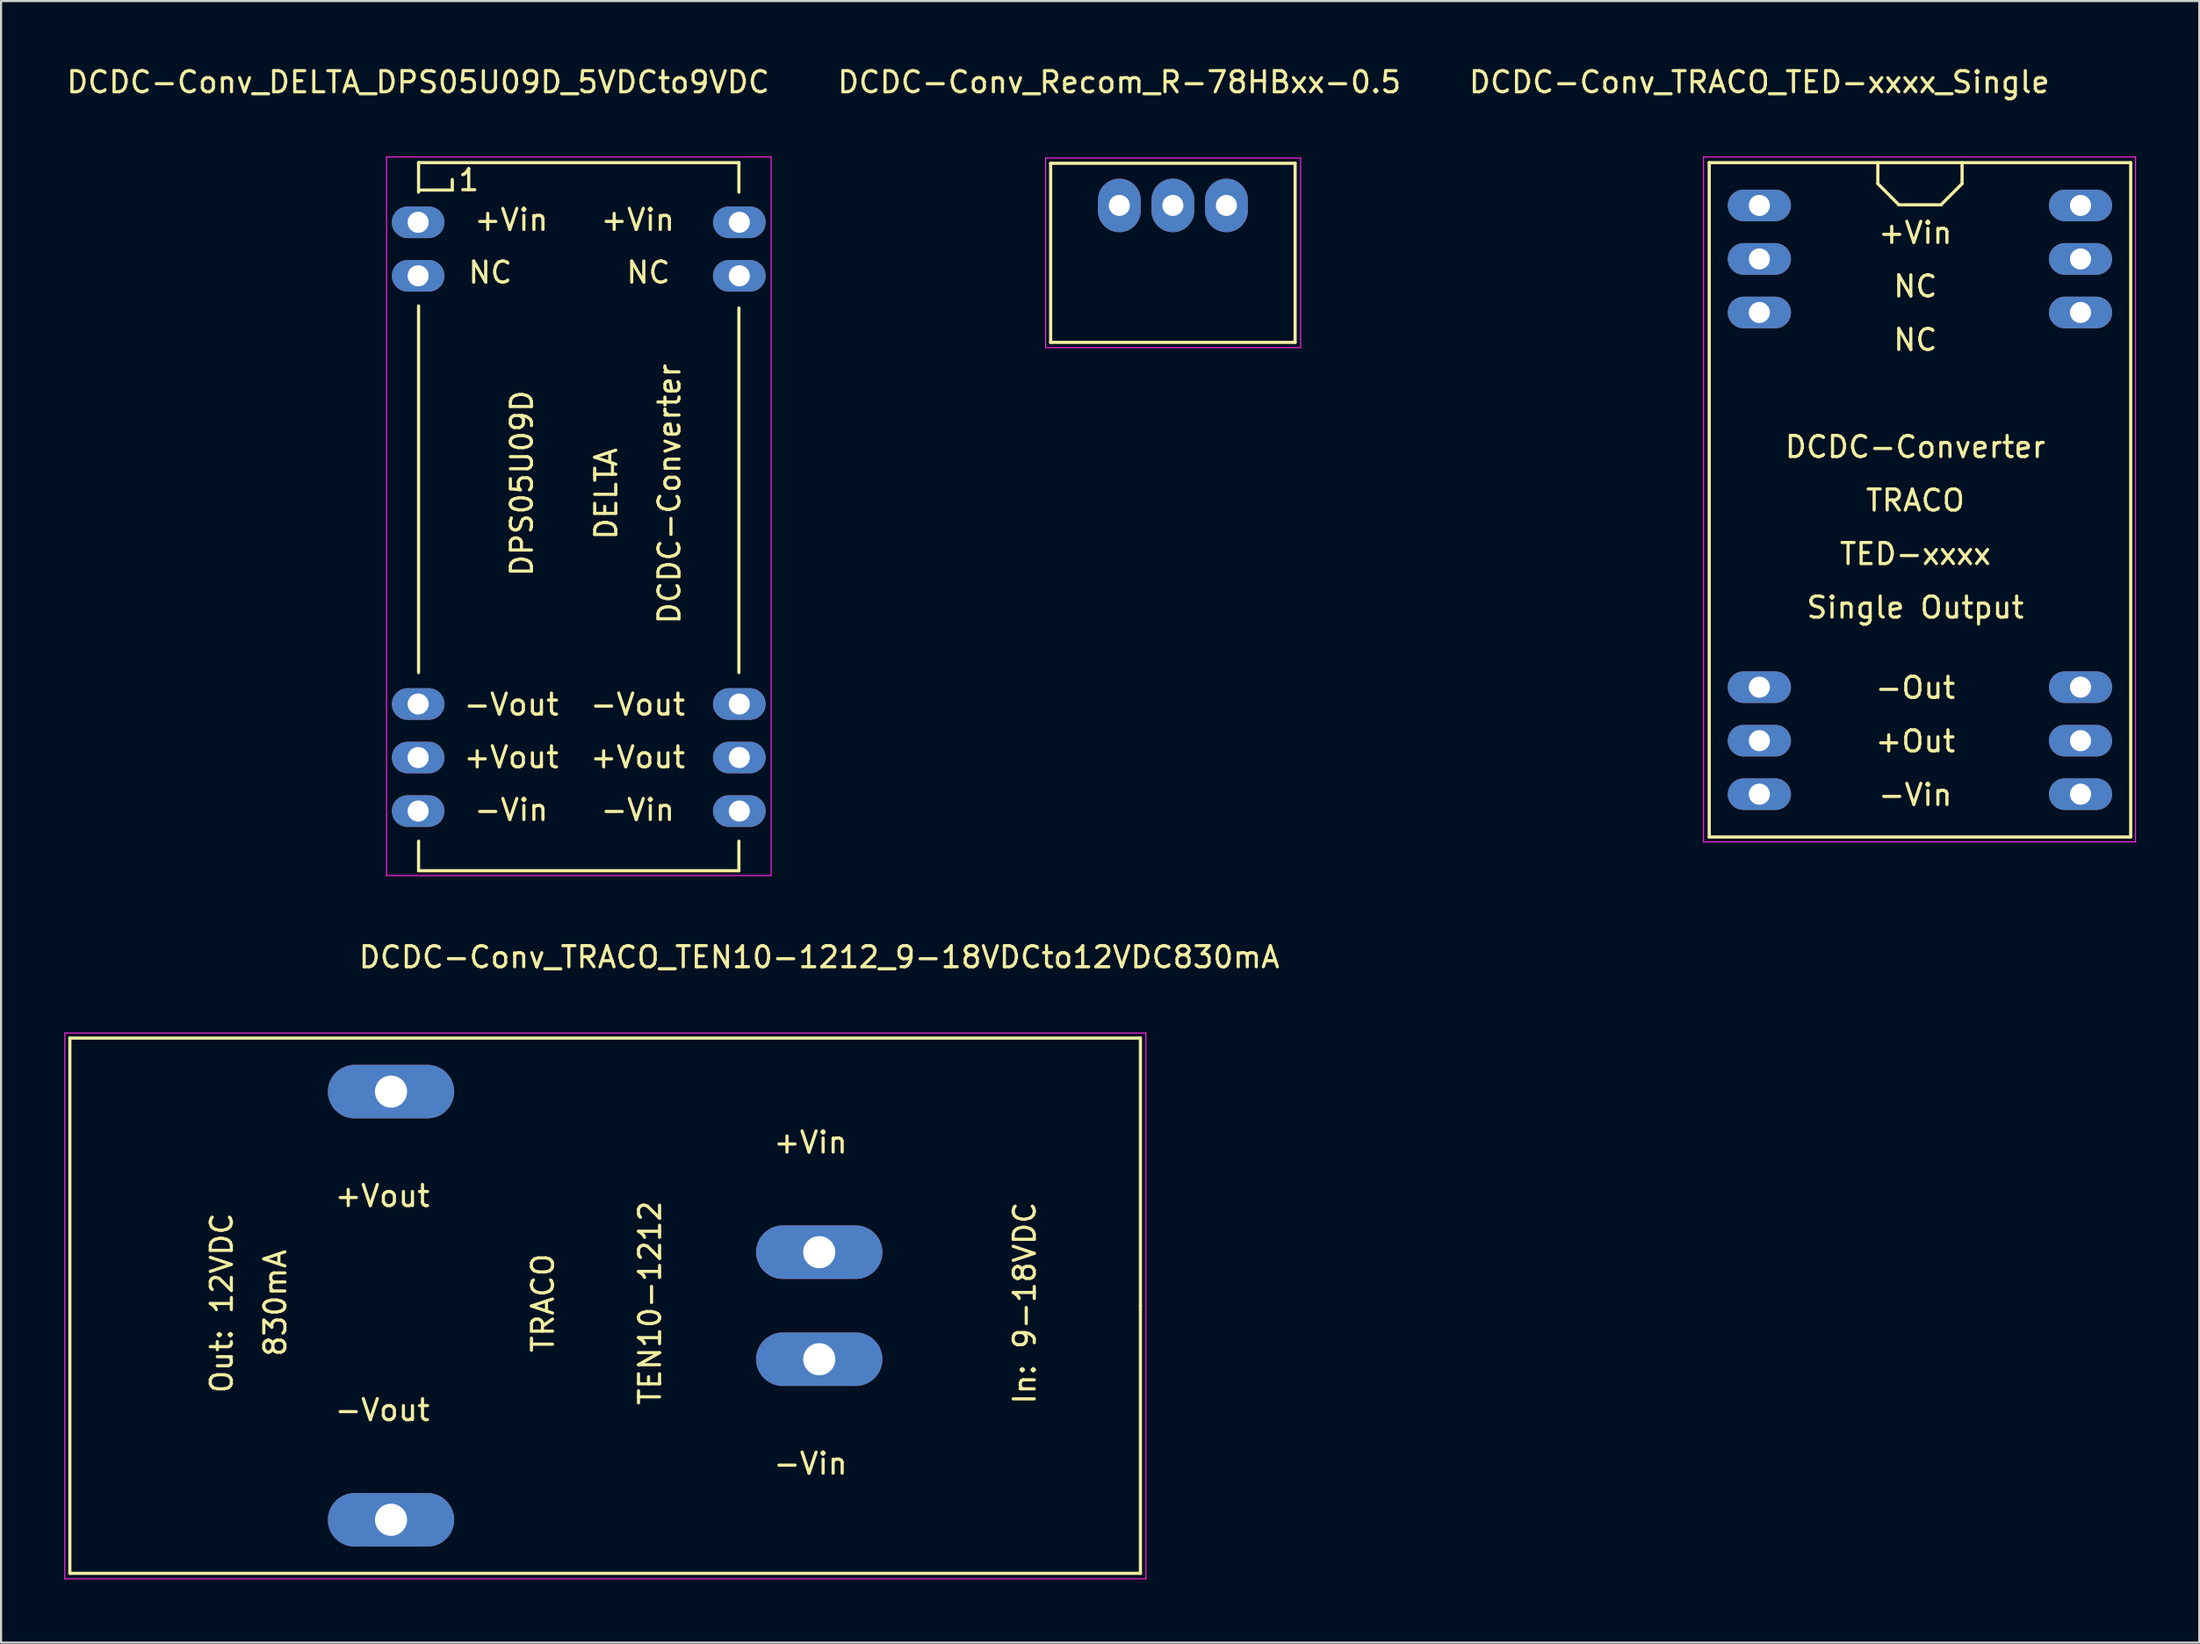
<source format=kicad_pcb>
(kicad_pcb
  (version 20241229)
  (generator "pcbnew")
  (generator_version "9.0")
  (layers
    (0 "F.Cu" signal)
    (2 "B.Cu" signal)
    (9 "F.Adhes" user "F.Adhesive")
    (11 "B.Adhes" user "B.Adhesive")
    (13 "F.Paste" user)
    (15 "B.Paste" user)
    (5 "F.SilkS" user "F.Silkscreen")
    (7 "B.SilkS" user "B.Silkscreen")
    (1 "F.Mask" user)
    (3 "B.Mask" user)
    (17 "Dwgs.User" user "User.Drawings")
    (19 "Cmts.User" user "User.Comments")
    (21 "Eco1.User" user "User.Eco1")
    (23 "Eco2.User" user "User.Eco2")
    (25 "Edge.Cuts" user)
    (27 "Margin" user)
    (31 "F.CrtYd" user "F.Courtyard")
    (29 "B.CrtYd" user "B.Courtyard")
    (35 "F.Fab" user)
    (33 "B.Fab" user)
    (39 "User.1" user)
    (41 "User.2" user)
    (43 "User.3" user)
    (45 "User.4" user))
  (footprint "DCDC-Conv_TRACO_TEN10-1212_9-18VDCto12VDC830mA"
    (layer "F.Cu")
    (at 35.825 56.371)
    (property "Reference" "DCDC-Conv_TRACO_TEN10-1212_9-18VDCto12VDC830mA" (at 0 -14 0) (layer "F.SilkS") (effects (font (size 1 1) (thickness 0.15))))
    (attr through_hole)
    (fp_line (start -35.56 -10.16) (end -35.56 15.24) (stroke (width 0.15) (type solid)) (layer "F.SilkS"))
    (fp_line (start -35.56 15.24) (end 15.24 15.24) (stroke (width 0.15) (type solid)) (layer "F.SilkS"))
    (fp_line (start 15.24 -10.16) (end -35.56 -10.16) (stroke (width 0.15) (type solid)) (layer "F.SilkS"))
    (fp_line (start 15.24 2.54) (end 15.24 -10.16) (stroke (width 0.15) (type solid)) (layer "F.SilkS"))
    (fp_line (start 15.24 15.24) (end 15.24 2.54) (stroke (width 0.15) (type solid)) (layer "F.SilkS"))
    (fp_line (start -35.8 -10.4) (end -35.8 15.5) (stroke (width 0.05) (type solid)) (layer "F.CrtYd"))
    (fp_line (start -35.8 -10.4) (end 15.5 -10.4) (stroke (width 0.05) (type solid)) (layer "F.CrtYd"))
    (fp_line (start -35.8 15.5) (end 15.5 15.5) (stroke (width 0.05) (type solid)) (layer "F.CrtYd"))
    (fp_line (start 15.5 -10.4) (end 15.5 15.5) (stroke (width 0.05) (type solid)) (layer "F.CrtYd"))
    (fp_text user "+Vin" (at -0.412 -5.208 180) (layer "F.SilkS") (effects (font (size 1 1) (thickness 0.15))))
    (fp_text user "-Vin" (at -0.412 10.032 180) (layer "F.SilkS") (effects (font (size 1 1) (thickness 0.15))))
    (fp_text user "-Vout" (at -20.732 7.492 180) (layer "F.SilkS") (effects (font (size 1 1) (thickness 0.15))))
    (fp_text user "TEN10-1212" (at -8.032 2.412 90) (layer "F.SilkS") (effects (font (size 1 1) (thickness 0.15))))
    (fp_text user "In: 9-18VDC" (at 9.748 2.412 90) (layer "F.SilkS") (effects (font (size 1 1) (thickness 0.15))))
    (fp_text user "Out: 12VDC" (at -28.352 2.412 90) (layer "F.SilkS") (effects (font (size 1 1) (thickness 0.15))))
    (fp_text user "TRACO" (at -13.112 2.412 90) (layer "F.SilkS") (effects (font (size 1 1) (thickness 0.15))))
    (fp_text user "+Vout" (at -20.732 -2.668 180) (layer "F.SilkS") (effects (font (size 1 1) (thickness 0.15))))
    (fp_text user "830mA" (at -25.812 2.412 90) (layer "F.SilkS") (effects (font (size 1 1) (thickness 0.15))))
    (pad "1" thru_hole oval (at 0 0) (size 5.994 2.54) (drill 1.524) (layers "*.Cu" "*.Mask"))
    (pad "2" thru_hole oval (at 0 5.08) (size 5.994 2.54) (drill 1.524) (layers "*.Cu" "*.Mask"))
    (pad "3" thru_hole oval (at -20.32 -7.62) (size 5.994 2.54) (drill 1.524) (layers "*.Cu" "*.Mask"))
    (pad "5" thru_hole oval (at -20.32 12.7) (size 5.994 2.54) (drill 1.524) (layers "*.Cu" "*.Mask")))
  (footprint "DCDC-Conv_DELTA_DPS05U09D_5VDCto9VDC"
    (layer "F.Cu")
    (at 16.792 7.498)
    (property "Reference" "DCDC-Conv_DELTA_DPS05U09D_5VDCto9VDC" (at 0 -6.65 0) (layer "F.SilkS") (effects (font (size 1 1) (thickness 0.15))))
    (attr through_hole)
    (fp_line (start 0.02 -1.43) (end 0.02 -2.83) (stroke (width 0.15) (type solid)) (layer "F.SilkS"))
    (fp_line (start 0.02 21.369) (end 0.02 3.97) (stroke (width 0.15) (type solid)) (layer "F.SilkS"))
    (fp_line (start 0.02 30.77) (end 0.02 29.37) (stroke (width 0.15) (type solid)) (layer "F.SilkS"))
    (fp_line (start 0.02 30.77) (end 15.22 30.77) (stroke (width 0.15) (type solid)) (layer "F.SilkS"))
    (fp_line (start 1.621 -2.03) (end 1.621 -1.529) (stroke (width 0.15) (type solid)) (layer "F.SilkS"))
    (fp_line (start 1.621 -1.529) (end 0.119 -1.529) (stroke (width 0.15) (type solid)) (layer "F.SilkS"))
    (fp_line (start 9.221 11.47) (end 9.221 11.97) (stroke (width 0.15) (type solid)) (layer "F.SilkS"))
    (fp_line (start 15.22 -2.83) (end 0.02 -2.83) (stroke (width 0.15) (type solid)) (layer "F.SilkS"))
    (fp_line (start 15.22 -2.83) (end 15.22 -1.43) (stroke (width 0.15) (type solid)) (layer "F.SilkS"))
    (fp_line (start 15.22 4.069) (end 15.22 21.369) (stroke (width 0.15) (type solid)) (layer "F.SilkS"))
    (fp_line (start 15.22 29.37) (end 15.22 30.77) (stroke (width 0.15) (type solid)) (layer "F.SilkS"))
    (fp_line (start -1.5 -3.1) (end -1.5 31) (stroke (width 0.05) (type solid)) (layer "F.CrtYd"))
    (fp_line (start -1.5 -3.1) (end 16.75 -3.1) (stroke (width 0.05) (type solid)) (layer "F.CrtYd"))
    (fp_line (start -1.5 31) (end 16.75 31) (stroke (width 0.05) (type solid)) (layer "F.CrtYd"))
    (fp_line (start 16.75 -3.1) (end 16.75 31) (stroke (width 0.05) (type solid)) (layer "F.CrtYd"))
    (fp_text user "+Vout" (at 4.421 25.387 0) (layer "F.SilkS") (effects (font (size 1 1) (thickness 0.15))))
    (fp_text user "-Vin" (at 10.421 27.886 0) (layer "F.SilkS") (effects (font (size 1 1) (thickness 0.15))))
    (fp_text user "NC" (at 3.42 2.385 0) (layer "F.SilkS") (effects (font (size 1 1) (thickness 0.15))))
    (fp_text user "+Vin" (at 4.421 -0.115 0) (layer "F.SilkS") (effects (font (size 1 1) (thickness 0.15))))
    (fp_text user "NC" (at 10.921 2.385 0) (layer "F.SilkS") (effects (font (size 1 1) (thickness 0.15))))
    (fp_text user "DELTA" (at 8.922 12.885 270) (layer "F.SilkS") (effects (font (size 1 1) (thickness 0.15))))
    (fp_text user "+Vout" (at 10.421 25.387 0) (layer "F.SilkS") (effects (font (size 1 1) (thickness 0.15))))
    (fp_text user "DPS05U09D" (at 4.921 12.385 270) (layer "F.SilkS") (effects (font (size 1 1) (thickness 0.15))))
    (fp_text user "-Vout" (at 10.421 22.885 0) (layer "F.SilkS") (effects (font (size 1 1) (thickness 0.15))))
    (fp_text user "-Vout" (at 4.421 22.885 0) (layer "F.SilkS") (effects (font (size 1 1) (thickness 0.15))))
    (fp_text user "DCDC-Converter" (at 11.922 12.885 270) (layer "F.SilkS") (effects (font (size 1 1) (thickness 0.15))))
    (fp_text user "1" (at 2.4 -2 0) (layer "F.SilkS") (effects (font (size 1 1) (thickness 0.15))))
    (fp_text user "+Vin" (at 10.421 -0.115 0) (layer "F.SilkS") (effects (font (size 1 1) (thickness 0.15))))
    (fp_text user "-Vin" (at 4.421 27.886 0) (layer "F.SilkS") (effects (font (size 1 1) (thickness 0.15))))
    (pad "1" thru_hole oval (at 0 0) (size 2.499 1.501) (drill 1.001) (layers "*.Cu" "*.Mask"))
    (pad "2" thru_hole oval (at 0 2.54) (size 2.499 1.501) (drill 1.001) (layers "*.Cu" "*.Mask"))
    (pad "10" thru_hole oval (at 0 22.86) (size 2.499 1.501) (drill 1.001) (layers "*.Cu" "*.Mask"))
    (pad "11" thru_hole oval (at 0 25.4) (size 2.499 1.501) (drill 1.001) (layers "*.Cu" "*.Mask"))
    (pad "12" thru_hole oval (at 0 27.94) (size 2.499 1.501) (drill 1.001) (layers "*.Cu" "*.Mask"))
    (pad "13" thru_hole oval (at 15.24 27.94) (size 2.499 1.501) (drill 1.001) (layers "*.Cu" "*.Mask"))
    (pad "14" thru_hole oval (at 15.24 25.4) (size 2.499 1.501) (drill 1.001) (layers "*.Cu" "*.Mask"))
    (pad "15" thru_hole oval (at 15.24 22.86) (size 2.499 1.501) (drill 1.001) (layers "*.Cu" "*.Mask"))
    (pad "23" thru_hole oval (at 15.24 2.54) (size 2.499 1.501) (drill 1.001) (layers "*.Cu" "*.Mask"))
    (pad "24" thru_hole oval (at 15.24 0) (size 2.499 1.501) (drill 1.001) (layers "*.Cu" "*.Mask")))
  (footprint "DCDC-Conv_Recom_R-78HBxx-0.5"
    (layer "F.Cu")
    (at 50.065 6.698)
    (property "Reference" "DCDC-Conv_Recom_R-78HBxx-0.5" (at 0 -5.85 0) (layer "F.SilkS") (effects (font (size 1 1) (thickness 0.15))))
    (attr through_hole)
    (fp_line (start -3.26 -2) (end 8.34 -2) (stroke (width 0.15) (type solid)) (layer "F.SilkS"))
    (fp_line (start -3.26 6.5) (end -3.26 -2) (stroke (width 0.15) (type solid)) (layer "F.SilkS"))
    (fp_line (start 8.34 -2) (end 8.34 6.5) (stroke (width 0.15) (type solid)) (layer "F.SilkS"))
    (fp_line (start 8.34 6.5) (end -3.26 6.5) (stroke (width 0.15) (type solid)) (layer "F.SilkS"))
    (fp_line (start -3.5 -2.25) (end -3.5 6.75) (stroke (width 0.05) (type solid)) (layer "F.CrtYd"))
    (fp_line (start -3.5 -2.25) (end 8.6 -2.25) (stroke (width 0.05) (type solid)) (layer "F.CrtYd"))
    (fp_line (start -3.5 6.75) (end 8.6 6.75) (stroke (width 0.05) (type solid)) (layer "F.CrtYd"))
    (fp_line (start 8.6 -2.25) (end 8.6 6.75) (stroke (width 0.05) (type solid)) (layer "F.CrtYd"))
    (pad "1" thru_hole oval (at 0 0) (size 2.032 2.54) (drill 1) (layers "*.Cu" "*.Mask"))
    (pad "2" thru_hole oval (at 2.54 0) (size 2.032 2.54) (drill 1) (layers "*.Cu" "*.Mask"))
    (pad "3" thru_hole oval (at 5.08 0) (size 2.032 2.54) (drill 1) (layers "*.Cu" "*.Mask")))
  (footprint "DCDC-Conv_TRACO_TED-xxxx_Single"
    (layer "F.Cu")
    (at 80.435 6.698)
    (property "Reference" "DCDC-Conv_TRACO_TED-xxxx_Single" (at 0 -5.85 0) (layer "F.SilkS") (effects (font (size 1 1) (thickness 0.15))))
    (attr through_hole)
    (fp_line (start -2.38 -2.029) (end -2.38 29.97) (stroke (width 0.15) (type solid)) (layer "F.SilkS"))
    (fp_line (start -2.38 29.97) (end 17.62 29.97) (stroke (width 0.15) (type solid)) (layer "F.SilkS"))
    (fp_line (start 5.621 -2.029) (end 5.621 -1.031) (stroke (width 0.15) (type solid)) (layer "F.SilkS"))
    (fp_line (start 5.621 -1.031) (end 6.619 -0.03) (stroke (width 0.15) (type solid)) (layer "F.SilkS"))
    (fp_line (start 6.619 -0.03) (end 8.621 -0.03) (stroke (width 0.15) (type solid)) (layer "F.SilkS"))
    (fp_line (start 8.621 -0.03) (end 9.619 -1.031) (stroke (width 0.15) (type solid)) (layer "F.SilkS"))
    (fp_line (start 9.619 -1.031) (end 9.619 -2.029) (stroke (width 0.15) (type solid)) (layer "F.SilkS"))
    (fp_line (start 17.62 -2.029) (end -2.38 -2.029) (stroke (width 0.15) (type solid)) (layer "F.SilkS"))
    (fp_line (start 17.62 29.97) (end 17.62 -2.029) (stroke (width 0.15) (type solid)) (layer "F.SilkS"))
    (fp_line (start -2.65 -2.3) (end -2.65 30.2) (stroke (width 0.05) (type solid)) (layer "F.CrtYd"))
    (fp_line (start -2.65 -2.3) (end 17.85 -2.3) (stroke (width 0.05) (type solid)) (layer "F.CrtYd"))
    (fp_line (start -2.65 30.2) (end 17.85 30.2) (stroke (width 0.05) (type solid)) (layer "F.CrtYd"))
    (fp_line (start 17.85 -2.3) (end 17.85 30.2) (stroke (width 0.05) (type solid)) (layer "F.CrtYd"))
    (fp_text user "DCDC-Converter" (at 7.4 11.46 0) (layer "F.SilkS") (effects (font (size 1 1) (thickness 0.15))))
    (fp_text user "-Out" (at 7.4 22.89 0) (layer "F.SilkS") (effects (font (size 1 1) (thickness 0.15))))
    (fp_text user "Single Output" (at 7.4 19.08 0) (layer "F.SilkS") (effects (font (size 1 1) (thickness 0.15))))
    (fp_text user "NC" (at 7.4 6.38 0) (layer "F.SilkS") (effects (font (size 1 1) (thickness 0.15))))
    (fp_text user "+Out" (at 7.4 25.43 0) (layer "F.SilkS") (effects (font (size 1 1) (thickness 0.15))))
    (fp_text user "+Vin" (at 7.4 1.3 0) (layer "F.SilkS") (effects (font (size 1 1) (thickness 0.15))))
    (fp_text user "TRACO" (at 7.4 14 0) (layer "F.SilkS") (effects (font (size 1 1) (thickness 0.15))))
    (fp_text user "TED-xxxx" (at 7.4 16.54 0) (layer "F.SilkS") (effects (font (size 1 1) (thickness 0.15))))
    (fp_text user "NC" (at 7.4 3.84 0) (layer "F.SilkS") (effects (font (size 1 1) (thickness 0.15))))
    (fp_text user "-Vin" (at 7.4 27.97 0) (layer "F.SilkS") (effects (font (size 1 1) (thickness 0.15))))
    (pad "1" thru_hole oval (at 0 0) (size 3 1.501) (drill 1.001) (layers "*.Cu" "*.Mask"))
    (pad "2" thru_hole oval (at 0 2.54) (size 3 1.501) (drill 1.001) (layers "*.Cu" "*.Mask"))
    (pad "3" thru_hole oval (at 0 5.08) (size 3 1.501) (drill 1.001) (layers "*.Cu" "*.Mask"))
    (pad "10" thru_hole oval (at 0 22.86) (size 3 1.501) (drill 1.001) (layers "*.Cu" "*.Mask"))
    (pad "11" thru_hole oval (at 0 25.4) (size 3 1.501) (drill 1.001) (layers "*.Cu" "*.Mask"))
    (pad "12" thru_hole oval (at 0 27.94) (size 3 1.501) (drill 1.001) (layers "*.Cu" "*.Mask"))
    (pad "13" thru_hole oval (at 15.24 27.94) (size 3 1.501) (drill 1.001) (layers "*.Cu" "*.Mask"))
    (pad "14" thru_hole oval (at 15.24 25.4) (size 3 1.501) (drill 1.001) (layers "*.Cu" "*.Mask"))
    (pad "15" thru_hole oval (at 15.24 22.86) (size 3 1.501) (drill 1.001) (layers "*.Cu" "*.Mask"))
    (pad "22" thru_hole oval (at 15.24 5.08) (size 3 1.501) (drill 1.001) (layers "*.Cu" "*.Mask"))
    (pad "23" thru_hole oval (at 15.24 2.54) (size 3 1.501) (drill 1.001) (layers "*.Cu" "*.Mask"))
    (pad "24" thru_hole oval (at 15.24 0) (size 3 1.501) (drill 1.001) (layers "*.Cu" "*.Mask")))
  (gr_rect
    (start -3 -3)
    (end 101.31 74.897)
    (stroke (width 0.1) (type default))
    (fill no)
    (layer "Edge.Cuts")))
</source>
